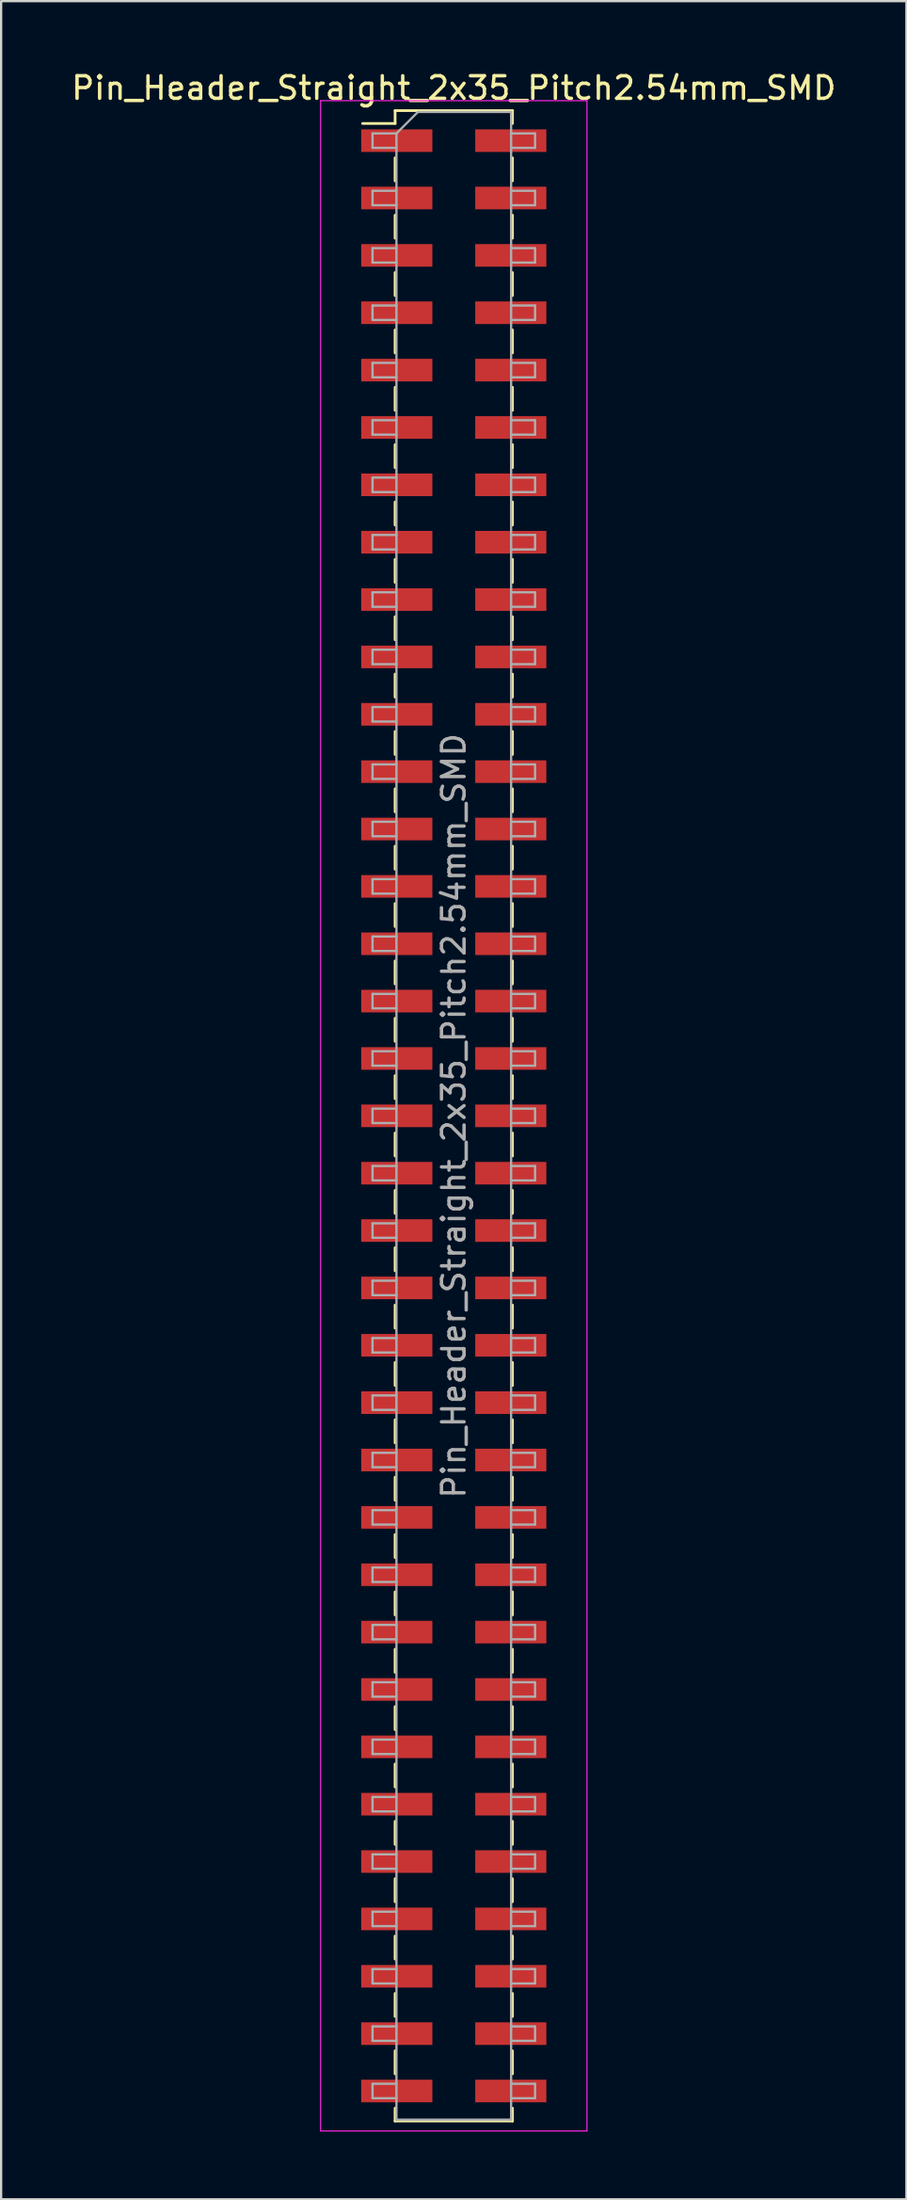
<source format=kicad_pcb>
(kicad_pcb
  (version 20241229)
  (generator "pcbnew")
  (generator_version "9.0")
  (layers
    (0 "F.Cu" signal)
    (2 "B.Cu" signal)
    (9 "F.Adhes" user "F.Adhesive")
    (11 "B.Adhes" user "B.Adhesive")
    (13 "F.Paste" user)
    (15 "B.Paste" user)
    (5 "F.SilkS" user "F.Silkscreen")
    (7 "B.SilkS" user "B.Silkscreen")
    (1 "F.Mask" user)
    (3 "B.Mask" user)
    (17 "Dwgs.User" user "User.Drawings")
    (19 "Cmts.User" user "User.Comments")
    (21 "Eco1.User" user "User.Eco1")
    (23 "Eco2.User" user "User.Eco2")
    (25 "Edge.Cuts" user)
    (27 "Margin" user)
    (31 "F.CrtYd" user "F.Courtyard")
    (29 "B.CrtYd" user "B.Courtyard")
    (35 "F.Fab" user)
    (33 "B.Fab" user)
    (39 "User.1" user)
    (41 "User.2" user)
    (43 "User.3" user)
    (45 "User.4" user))
  (footprint "Pin_Header_Straight_2x35_Pitch2.54mm_SMD"
    (layer "F.Cu")
    (at 17.054 46.358)
    (property "Reference" "Pin_Header_Straight_2x35_Pitch2.54mm_SMD" (at 0 -45.51 0) (layer "F.SilkS") (effects (font (size 1 1) (thickness 0.15))))
    (attr smd)
    (fp_line (start -4.04 -43.94) (end -2.6 -43.94) (stroke (width 0.12) (type solid)) (layer "F.SilkS"))
    (fp_line (start -2.6 -44.51) (end -2.6 -43.94) (stroke (width 0.12) (type solid)) (layer "F.SilkS"))
    (fp_line (start -2.6 -44.51) (end 2.6 -44.51) (stroke (width 0.12) (type solid)) (layer "F.SilkS"))
    (fp_line (start -2.6 -42.42) (end -2.6 -41.4) (stroke (width 0.12) (type solid)) (layer "F.SilkS"))
    (fp_line (start -2.6 -39.88) (end -2.6 -38.86) (stroke (width 0.12) (type solid)) (layer "F.SilkS"))
    (fp_line (start -2.6 -37.34) (end -2.6 -36.32) (stroke (width 0.12) (type solid)) (layer "F.SilkS"))
    (fp_line (start -2.6 -34.8) (end -2.6 -33.78) (stroke (width 0.12) (type solid)) (layer "F.SilkS"))
    (fp_line (start -2.6 -32.26) (end -2.6 -31.24) (stroke (width 0.12) (type solid)) (layer "F.SilkS"))
    (fp_line (start -2.6 -29.72) (end -2.6 -28.7) (stroke (width 0.12) (type solid)) (layer "F.SilkS"))
    (fp_line (start -2.6 -27.18) (end -2.6 -26.16) (stroke (width 0.12) (type solid)) (layer "F.SilkS"))
    (fp_line (start -2.6 -24.64) (end -2.6 -23.62) (stroke (width 0.12) (type solid)) (layer "F.SilkS"))
    (fp_line (start -2.6 -22.1) (end -2.6 -21.08) (stroke (width 0.12) (type solid)) (layer "F.SilkS"))
    (fp_line (start -2.6 -19.56) (end -2.6 -18.54) (stroke (width 0.12) (type solid)) (layer "F.SilkS"))
    (fp_line (start -2.6 -17.02) (end -2.6 -16) (stroke (width 0.12) (type solid)) (layer "F.SilkS"))
    (fp_line (start -2.6 -14.48) (end -2.6 -13.46) (stroke (width 0.12) (type solid)) (layer "F.SilkS"))
    (fp_line (start -2.6 -11.94) (end -2.6 -10.92) (stroke (width 0.12) (type solid)) (layer "F.SilkS"))
    (fp_line (start -2.6 -9.4) (end -2.6 -8.38) (stroke (width 0.12) (type solid)) (layer "F.SilkS"))
    (fp_line (start -2.6 -6.86) (end -2.6 -5.84) (stroke (width 0.12) (type solid)) (layer "F.SilkS"))
    (fp_line (start -2.6 -4.32) (end -2.6 -3.3) (stroke (width 0.12) (type solid)) (layer "F.SilkS"))
    (fp_line (start -2.6 -1.78) (end -2.6 -0.76) (stroke (width 0.12) (type solid)) (layer "F.SilkS"))
    (fp_line (start -2.6 0.76) (end -2.6 1.78) (stroke (width 0.12) (type solid)) (layer "F.SilkS"))
    (fp_line (start -2.6 3.3) (end -2.6 4.32) (stroke (width 0.12) (type solid)) (layer "F.SilkS"))
    (fp_line (start -2.6 5.84) (end -2.6 6.86) (stroke (width 0.12) (type solid)) (layer "F.SilkS"))
    (fp_line (start -2.6 8.38) (end -2.6 9.4) (stroke (width 0.12) (type solid)) (layer "F.SilkS"))
    (fp_line (start -2.6 10.92) (end -2.6 11.94) (stroke (width 0.12) (type solid)) (layer "F.SilkS"))
    (fp_line (start -2.6 13.46) (end -2.6 14.48) (stroke (width 0.12) (type solid)) (layer "F.SilkS"))
    (fp_line (start -2.6 16) (end -2.6 17.02) (stroke (width 0.12) (type solid)) (layer "F.SilkS"))
    (fp_line (start -2.6 18.54) (end -2.6 19.56) (stroke (width 0.12) (type solid)) (layer "F.SilkS"))
    (fp_line (start -2.6 21.08) (end -2.6 22.1) (stroke (width 0.12) (type solid)) (layer "F.SilkS"))
    (fp_line (start -2.6 23.62) (end -2.6 24.64) (stroke (width 0.12) (type solid)) (layer "F.SilkS"))
    (fp_line (start -2.6 26.16) (end -2.6 27.18) (stroke (width 0.12) (type solid)) (layer "F.SilkS"))
    (fp_line (start -2.6 28.7) (end -2.6 29.72) (stroke (width 0.12) (type solid)) (layer "F.SilkS"))
    (fp_line (start -2.6 31.24) (end -2.6 32.26) (stroke (width 0.12) (type solid)) (layer "F.SilkS"))
    (fp_line (start -2.6 33.78) (end -2.6 34.8) (stroke (width 0.12) (type solid)) (layer "F.SilkS"))
    (fp_line (start -2.6 36.32) (end -2.6 37.34) (stroke (width 0.12) (type solid)) (layer "F.SilkS"))
    (fp_line (start -2.6 38.86) (end -2.6 39.88) (stroke (width 0.12) (type solid)) (layer "F.SilkS"))
    (fp_line (start -2.6 41.4) (end -2.6 42.42) (stroke (width 0.12) (type solid)) (layer "F.SilkS"))
    (fp_line (start -2.6 43.94) (end -2.6 44.51) (stroke (width 0.12) (type solid)) (layer "F.SilkS"))
    (fp_line (start -2.6 44.51) (end 2.6 44.51) (stroke (width 0.12) (type solid)) (layer "F.SilkS"))
    (fp_line (start 2.6 -44.51) (end 2.6 -43.94) (stroke (width 0.12) (type solid)) (layer "F.SilkS"))
    (fp_line (start 2.6 -42.42) (end 2.6 -41.4) (stroke (width 0.12) (type solid)) (layer "F.SilkS"))
    (fp_line (start 2.6 -39.88) (end 2.6 -38.86) (stroke (width 0.12) (type solid)) (layer "F.SilkS"))
    (fp_line (start 2.6 -37.34) (end 2.6 -36.32) (stroke (width 0.12) (type solid)) (layer "F.SilkS"))
    (fp_line (start 2.6 -34.8) (end 2.6 -33.78) (stroke (width 0.12) (type solid)) (layer "F.SilkS"))
    (fp_line (start 2.6 -32.26) (end 2.6 -31.24) (stroke (width 0.12) (type solid)) (layer "F.SilkS"))
    (fp_line (start 2.6 -29.72) (end 2.6 -28.7) (stroke (width 0.12) (type solid)) (layer "F.SilkS"))
    (fp_line (start 2.6 -27.18) (end 2.6 -26.16) (stroke (width 0.12) (type solid)) (layer "F.SilkS"))
    (fp_line (start 2.6 -24.64) (end 2.6 -23.62) (stroke (width 0.12) (type solid)) (layer "F.SilkS"))
    (fp_line (start 2.6 -22.1) (end 2.6 -21.08) (stroke (width 0.12) (type solid)) (layer "F.SilkS"))
    (fp_line (start 2.6 -19.56) (end 2.6 -18.54) (stroke (width 0.12) (type solid)) (layer "F.SilkS"))
    (fp_line (start 2.6 -17.02) (end 2.6 -16) (stroke (width 0.12) (type solid)) (layer "F.SilkS"))
    (fp_line (start 2.6 -14.48) (end 2.6 -13.46) (stroke (width 0.12) (type solid)) (layer "F.SilkS"))
    (fp_line (start 2.6 -11.94) (end 2.6 -10.92) (stroke (width 0.12) (type solid)) (layer "F.SilkS"))
    (fp_line (start 2.6 -9.4) (end 2.6 -8.38) (stroke (width 0.12) (type solid)) (layer "F.SilkS"))
    (fp_line (start 2.6 -6.86) (end 2.6 -5.84) (stroke (width 0.12) (type solid)) (layer "F.SilkS"))
    (fp_line (start 2.6 -4.32) (end 2.6 -3.3) (stroke (width 0.12) (type solid)) (layer "F.SilkS"))
    (fp_line (start 2.6 -1.78) (end 2.6 -0.76) (stroke (width 0.12) (type solid)) (layer "F.SilkS"))
    (fp_line (start 2.6 0.76) (end 2.6 1.78) (stroke (width 0.12) (type solid)) (layer "F.SilkS"))
    (fp_line (start 2.6 3.3) (end 2.6 4.32) (stroke (width 0.12) (type solid)) (layer "F.SilkS"))
    (fp_line (start 2.6 5.84) (end 2.6 6.86) (stroke (width 0.12) (type solid)) (layer "F.SilkS"))
    (fp_line (start 2.6 8.38) (end 2.6 9.4) (stroke (width 0.12) (type solid)) (layer "F.SilkS"))
    (fp_line (start 2.6 10.92) (end 2.6 11.94) (stroke (width 0.12) (type solid)) (layer "F.SilkS"))
    (fp_line (start 2.6 13.46) (end 2.6 14.48) (stroke (width 0.12) (type solid)) (layer "F.SilkS"))
    (fp_line (start 2.6 16) (end 2.6 17.02) (stroke (width 0.12) (type solid)) (layer "F.SilkS"))
    (fp_line (start 2.6 18.54) (end 2.6 19.56) (stroke (width 0.12) (type solid)) (layer "F.SilkS"))
    (fp_line (start 2.6 21.08) (end 2.6 22.1) (stroke (width 0.12) (type solid)) (layer "F.SilkS"))
    (fp_line (start 2.6 23.62) (end 2.6 24.64) (stroke (width 0.12) (type solid)) (layer "F.SilkS"))
    (fp_line (start 2.6 26.16) (end 2.6 27.18) (stroke (width 0.12) (type solid)) (layer "F.SilkS"))
    (fp_line (start 2.6 28.7) (end 2.6 29.72) (stroke (width 0.12) (type solid)) (layer "F.SilkS"))
    (fp_line (start 2.6 31.24) (end 2.6 32.26) (stroke (width 0.12) (type solid)) (layer "F.SilkS"))
    (fp_line (start 2.6 33.78) (end 2.6 34.8) (stroke (width 0.12) (type solid)) (layer "F.SilkS"))
    (fp_line (start 2.6 36.32) (end 2.6 37.34) (stroke (width 0.12) (type solid)) (layer "F.SilkS"))
    (fp_line (start 2.6 38.86) (end 2.6 39.88) (stroke (width 0.12) (type solid)) (layer "F.SilkS"))
    (fp_line (start 2.6 41.4) (end 2.6 42.42) (stroke (width 0.12) (type solid)) (layer "F.SilkS"))
    (fp_line (start 2.6 43.94) (end 2.6 44.51) (stroke (width 0.12) (type solid)) (layer "F.SilkS"))
    (fp_line (start -5.9 -44.95) (end -5.9 44.95) (stroke (width 0.05) (type solid)) (layer "F.CrtYd"))
    (fp_line (start -5.9 44.95) (end 5.9 44.95) (stroke (width 0.05) (type solid)) (layer "F.CrtYd"))
    (fp_line (start 5.9 -44.95) (end -5.9 -44.95) (stroke (width 0.05) (type solid)) (layer "F.CrtYd"))
    (fp_line (start 5.9 44.95) (end 5.9 -44.95) (stroke (width 0.05) (type solid)) (layer "F.CrtYd"))
    (fp_line (start -3.6 -43.5) (end -3.6 -42.86) (stroke (width 0.1) (type solid)) (layer "F.Fab"))
    (fp_line (start -3.6 -42.86) (end -2.54 -42.86) (stroke (width 0.1) (type solid)) (layer "F.Fab"))
    (fp_line (start -3.6 -40.96) (end -3.6 -40.32) (stroke (width 0.1) (type solid)) (layer "F.Fab"))
    (fp_line (start -3.6 -40.32) (end -2.54 -40.32) (stroke (width 0.1) (type solid)) (layer "F.Fab"))
    (fp_line (start -3.6 -38.42) (end -3.6 -37.78) (stroke (width 0.1) (type solid)) (layer "F.Fab"))
    (fp_line (start -3.6 -37.78) (end -2.54 -37.78) (stroke (width 0.1) (type solid)) (layer "F.Fab"))
    (fp_line (start -3.6 -35.88) (end -3.6 -35.24) (stroke (width 0.1) (type solid)) (layer "F.Fab"))
    (fp_line (start -3.6 -35.24) (end -2.54 -35.24) (stroke (width 0.1) (type solid)) (layer "F.Fab"))
    (fp_line (start -3.6 -33.34) (end -3.6 -32.7) (stroke (width 0.1) (type solid)) (layer "F.Fab"))
    (fp_line (start -3.6 -32.7) (end -2.54 -32.7) (stroke (width 0.1) (type solid)) (layer "F.Fab"))
    (fp_line (start -3.6 -30.8) (end -3.6 -30.16) (stroke (width 0.1) (type solid)) (layer "F.Fab"))
    (fp_line (start -3.6 -30.16) (end -2.54 -30.16) (stroke (width 0.1) (type solid)) (layer "F.Fab"))
    (fp_line (start -3.6 -28.26) (end -3.6 -27.62) (stroke (width 0.1) (type solid)) (layer "F.Fab"))
    (fp_line (start -3.6 -27.62) (end -2.54 -27.62) (stroke (width 0.1) (type solid)) (layer "F.Fab"))
    (fp_line (start -3.6 -25.72) (end -3.6 -25.08) (stroke (width 0.1) (type solid)) (layer "F.Fab"))
    (fp_line (start -3.6 -25.08) (end -2.54 -25.08) (stroke (width 0.1) (type solid)) (layer "F.Fab"))
    (fp_line (start -3.6 -23.18) (end -3.6 -22.54) (stroke (width 0.1) (type solid)) (layer "F.Fab"))
    (fp_line (start -3.6 -22.54) (end -2.54 -22.54) (stroke (width 0.1) (type solid)) (layer "F.Fab"))
    (fp_line (start -3.6 -20.64) (end -3.6 -20) (stroke (width 0.1) (type solid)) (layer "F.Fab"))
    (fp_line (start -3.6 -20) (end -2.54 -20) (stroke (width 0.1) (type solid)) (layer "F.Fab"))
    (fp_line (start -3.6 -18.1) (end -3.6 -17.46) (stroke (width 0.1) (type solid)) (layer "F.Fab"))
    (fp_line (start -3.6 -17.46) (end -2.54 -17.46) (stroke (width 0.1) (type solid)) (layer "F.Fab"))
    (fp_line (start -3.6 -15.56) (end -3.6 -14.92) (stroke (width 0.1) (type solid)) (layer "F.Fab"))
    (fp_line (start -3.6 -14.92) (end -2.54 -14.92) (stroke (width 0.1) (type solid)) (layer "F.Fab"))
    (fp_line (start -3.6 -13.02) (end -3.6 -12.38) (stroke (width 0.1) (type solid)) (layer "F.Fab"))
    (fp_line (start -3.6 -12.38) (end -2.54 -12.38) (stroke (width 0.1) (type solid)) (layer "F.Fab"))
    (fp_line (start -3.6 -10.48) (end -3.6 -9.84) (stroke (width 0.1) (type solid)) (layer "F.Fab"))
    (fp_line (start -3.6 -9.84) (end -2.54 -9.84) (stroke (width 0.1) (type solid)) (layer "F.Fab"))
    (fp_line (start -3.6 -7.94) (end -3.6 -7.3) (stroke (width 0.1) (type solid)) (layer "F.Fab"))
    (fp_line (start -3.6 -7.3) (end -2.54 -7.3) (stroke (width 0.1) (type solid)) (layer "F.Fab"))
    (fp_line (start -3.6 -5.4) (end -3.6 -4.76) (stroke (width 0.1) (type solid)) (layer "F.Fab"))
    (fp_line (start -3.6 -4.76) (end -2.54 -4.76) (stroke (width 0.1) (type solid)) (layer "F.Fab"))
    (fp_line (start -3.6 -2.86) (end -3.6 -2.22) (stroke (width 0.1) (type solid)) (layer "F.Fab"))
    (fp_line (start -3.6 -2.22) (end -2.54 -2.22) (stroke (width 0.1) (type solid)) (layer "F.Fab"))
    (fp_line (start -3.6 -0.32) (end -3.6 0.32) (stroke (width 0.1) (type solid)) (layer "F.Fab"))
    (fp_line (start -3.6 0.32) (end -2.54 0.32) (stroke (width 0.1) (type solid)) (layer "F.Fab"))
    (fp_line (start -3.6 2.22) (end -3.6 2.86) (stroke (width 0.1) (type solid)) (layer "F.Fab"))
    (fp_line (start -3.6 2.86) (end -2.54 2.86) (stroke (width 0.1) (type solid)) (layer "F.Fab"))
    (fp_line (start -3.6 4.76) (end -3.6 5.4) (stroke (width 0.1) (type solid)) (layer "F.Fab"))
    (fp_line (start -3.6 5.4) (end -2.54 5.4) (stroke (width 0.1) (type solid)) (layer "F.Fab"))
    (fp_line (start -3.6 7.3) (end -3.6 7.94) (stroke (width 0.1) (type solid)) (layer "F.Fab"))
    (fp_line (start -3.6 7.94) (end -2.54 7.94) (stroke (width 0.1) (type solid)) (layer "F.Fab"))
    (fp_line (start -3.6 9.84) (end -3.6 10.48) (stroke (width 0.1) (type solid)) (layer "F.Fab"))
    (fp_line (start -3.6 10.48) (end -2.54 10.48) (stroke (width 0.1) (type solid)) (layer "F.Fab"))
    (fp_line (start -3.6 12.38) (end -3.6 13.02) (stroke (width 0.1) (type solid)) (layer "F.Fab"))
    (fp_line (start -3.6 13.02) (end -2.54 13.02) (stroke (width 0.1) (type solid)) (layer "F.Fab"))
    (fp_line (start -3.6 14.92) (end -3.6 15.56) (stroke (width 0.1) (type solid)) (layer "F.Fab"))
    (fp_line (start -3.6 15.56) (end -2.54 15.56) (stroke (width 0.1) (type solid)) (layer "F.Fab"))
    (fp_line (start -3.6 17.46) (end -3.6 18.1) (stroke (width 0.1) (type solid)) (layer "F.Fab"))
    (fp_line (start -3.6 18.1) (end -2.54 18.1) (stroke (width 0.1) (type solid)) (layer "F.Fab"))
    (fp_line (start -3.6 20) (end -3.6 20.64) (stroke (width 0.1) (type solid)) (layer "F.Fab"))
    (fp_line (start -3.6 20.64) (end -2.54 20.64) (stroke (width 0.1) (type solid)) (layer "F.Fab"))
    (fp_line (start -3.6 22.54) (end -3.6 23.18) (stroke (width 0.1) (type solid)) (layer "F.Fab"))
    (fp_line (start -3.6 23.18) (end -2.54 23.18) (stroke (width 0.1) (type solid)) (layer "F.Fab"))
    (fp_line (start -3.6 25.08) (end -3.6 25.72) (stroke (width 0.1) (type solid)) (layer "F.Fab"))
    (fp_line (start -3.6 25.72) (end -2.54 25.72) (stroke (width 0.1) (type solid)) (layer "F.Fab"))
    (fp_line (start -3.6 27.62) (end -3.6 28.26) (stroke (width 0.1) (type solid)) (layer "F.Fab"))
    (fp_line (start -3.6 28.26) (end -2.54 28.26) (stroke (width 0.1) (type solid)) (layer "F.Fab"))
    (fp_line (start -3.6 30.16) (end -3.6 30.8) (stroke (width 0.1) (type solid)) (layer "F.Fab"))
    (fp_line (start -3.6 30.8) (end -2.54 30.8) (stroke (width 0.1) (type solid)) (layer "F.Fab"))
    (fp_line (start -3.6 32.7) (end -3.6 33.34) (stroke (width 0.1) (type solid)) (layer "F.Fab"))
    (fp_line (start -3.6 33.34) (end -2.54 33.34) (stroke (width 0.1) (type solid)) (layer "F.Fab"))
    (fp_line (start -3.6 35.24) (end -3.6 35.88) (stroke (width 0.1) (type solid)) (layer "F.Fab"))
    (fp_line (start -3.6 35.88) (end -2.54 35.88) (stroke (width 0.1) (type solid)) (layer "F.Fab"))
    (fp_line (start -3.6 37.78) (end -3.6 38.42) (stroke (width 0.1) (type solid)) (layer "F.Fab"))
    (fp_line (start -3.6 38.42) (end -2.54 38.42) (stroke (width 0.1) (type solid)) (layer "F.Fab"))
    (fp_line (start -3.6 40.32) (end -3.6 40.96) (stroke (width 0.1) (type solid)) (layer "F.Fab"))
    (fp_line (start -3.6 40.96) (end -2.54 40.96) (stroke (width 0.1) (type solid)) (layer "F.Fab"))
    (fp_line (start -3.6 42.86) (end -3.6 43.5) (stroke (width 0.1) (type solid)) (layer "F.Fab"))
    (fp_line (start -3.6 43.5) (end -2.54 43.5) (stroke (width 0.1) (type solid)) (layer "F.Fab"))
    (fp_line (start -2.54 -43.5) (end -3.6 -43.5) (stroke (width 0.1) (type solid)) (layer "F.Fab"))
    (fp_line (start -2.54 -43.5) (end -1.59 -44.45) (stroke (width 0.1) (type solid)) (layer "F.Fab"))
    (fp_line (start -2.54 -40.96) (end -3.6 -40.96) (stroke (width 0.1) (type solid)) (layer "F.Fab"))
    (fp_line (start -2.54 -38.42) (end -3.6 -38.42) (stroke (width 0.1) (type solid)) (layer "F.Fab"))
    (fp_line (start -2.54 -35.88) (end -3.6 -35.88) (stroke (width 0.1) (type solid)) (layer "F.Fab"))
    (fp_line (start -2.54 -33.34) (end -3.6 -33.34) (stroke (width 0.1) (type solid)) (layer "F.Fab"))
    (fp_line (start -2.54 -30.8) (end -3.6 -30.8) (stroke (width 0.1) (type solid)) (layer "F.Fab"))
    (fp_line (start -2.54 -28.26) (end -3.6 -28.26) (stroke (width 0.1) (type solid)) (layer "F.Fab"))
    (fp_line (start -2.54 -25.72) (end -3.6 -25.72) (stroke (width 0.1) (type solid)) (layer "F.Fab"))
    (fp_line (start -2.54 -23.18) (end -3.6 -23.18) (stroke (width 0.1) (type solid)) (layer "F.Fab"))
    (fp_line (start -2.54 -20.64) (end -3.6 -20.64) (stroke (width 0.1) (type solid)) (layer "F.Fab"))
    (fp_line (start -2.54 -18.1) (end -3.6 -18.1) (stroke (width 0.1) (type solid)) (layer "F.Fab"))
    (fp_line (start -2.54 -15.56) (end -3.6 -15.56) (stroke (width 0.1) (type solid)) (layer "F.Fab"))
    (fp_line (start -2.54 -13.02) (end -3.6 -13.02) (stroke (width 0.1) (type solid)) (layer "F.Fab"))
    (fp_line (start -2.54 -10.48) (end -3.6 -10.48) (stroke (width 0.1) (type solid)) (layer "F.Fab"))
    (fp_line (start -2.54 -7.94) (end -3.6 -7.94) (stroke (width 0.1) (type solid)) (layer "F.Fab"))
    (fp_line (start -2.54 -5.4) (end -3.6 -5.4) (stroke (width 0.1) (type solid)) (layer "F.Fab"))
    (fp_line (start -2.54 -2.86) (end -3.6 -2.86) (stroke (width 0.1) (type solid)) (layer "F.Fab"))
    (fp_line (start -2.54 -0.32) (end -3.6 -0.32) (stroke (width 0.1) (type solid)) (layer "F.Fab"))
    (fp_line (start -2.54 2.22) (end -3.6 2.22) (stroke (width 0.1) (type solid)) (layer "F.Fab"))
    (fp_line (start -2.54 4.76) (end -3.6 4.76) (stroke (width 0.1) (type solid)) (layer "F.Fab"))
    (fp_line (start -2.54 7.3) (end -3.6 7.3) (stroke (width 0.1) (type solid)) (layer "F.Fab"))
    (fp_line (start -2.54 9.84) (end -3.6 9.84) (stroke (width 0.1) (type solid)) (layer "F.Fab"))
    (fp_line (start -2.54 12.38) (end -3.6 12.38) (stroke (width 0.1) (type solid)) (layer "F.Fab"))
    (fp_line (start -2.54 14.92) (end -3.6 14.92) (stroke (width 0.1) (type solid)) (layer "F.Fab"))
    (fp_line (start -2.54 17.46) (end -3.6 17.46) (stroke (width 0.1) (type solid)) (layer "F.Fab"))
    (fp_line (start -2.54 20) (end -3.6 20) (stroke (width 0.1) (type solid)) (layer "F.Fab"))
    (fp_line (start -2.54 22.54) (end -3.6 22.54) (stroke (width 0.1) (type solid)) (layer "F.Fab"))
    (fp_line (start -2.54 25.08) (end -3.6 25.08) (stroke (width 0.1) (type solid)) (layer "F.Fab"))
    (fp_line (start -2.54 27.62) (end -3.6 27.62) (stroke (width 0.1) (type solid)) (layer "F.Fab"))
    (fp_line (start -2.54 30.16) (end -3.6 30.16) (stroke (width 0.1) (type solid)) (layer "F.Fab"))
    (fp_line (start -2.54 32.7) (end -3.6 32.7) (stroke (width 0.1) (type solid)) (layer "F.Fab"))
    (fp_line (start -2.54 35.24) (end -3.6 35.24) (stroke (width 0.1) (type solid)) (layer "F.Fab"))
    (fp_line (start -2.54 37.78) (end -3.6 37.78) (stroke (width 0.1) (type solid)) (layer "F.Fab"))
    (fp_line (start -2.54 40.32) (end -3.6 40.32) (stroke (width 0.1) (type solid)) (layer "F.Fab"))
    (fp_line (start -2.54 42.86) (end -3.6 42.86) (stroke (width 0.1) (type solid)) (layer "F.Fab"))
    (fp_line (start -2.54 44.45) (end -2.54 -43.5) (stroke (width 0.1) (type solid)) (layer "F.Fab"))
    (fp_line (start -1.59 -44.45) (end 2.54 -44.45) (stroke (width 0.1) (type solid)) (layer "F.Fab"))
    (fp_line (start 2.54 -44.45) (end 2.54 44.45) (stroke (width 0.1) (type solid)) (layer "F.Fab"))
    (fp_line (start 2.54 -43.5) (end 3.6 -43.5) (stroke (width 0.1) (type solid)) (layer "F.Fab"))
    (fp_line (start 2.54 -40.96) (end 3.6 -40.96) (stroke (width 0.1) (type solid)) (layer "F.Fab"))
    (fp_line (start 2.54 -38.42) (end 3.6 -38.42) (stroke (width 0.1) (type solid)) (layer "F.Fab"))
    (fp_line (start 2.54 -35.88) (end 3.6 -35.88) (stroke (width 0.1) (type solid)) (layer "F.Fab"))
    (fp_line (start 2.54 -33.34) (end 3.6 -33.34) (stroke (width 0.1) (type solid)) (layer "F.Fab"))
    (fp_line (start 2.54 -30.8) (end 3.6 -30.8) (stroke (width 0.1) (type solid)) (layer "F.Fab"))
    (fp_line (start 2.54 -28.26) (end 3.6 -28.26) (stroke (width 0.1) (type solid)) (layer "F.Fab"))
    (fp_line (start 2.54 -25.72) (end 3.6 -25.72) (stroke (width 0.1) (type solid)) (layer "F.Fab"))
    (fp_line (start 2.54 -23.18) (end 3.6 -23.18) (stroke (width 0.1) (type solid)) (layer "F.Fab"))
    (fp_line (start 2.54 -20.64) (end 3.6 -20.64) (stroke (width 0.1) (type solid)) (layer "F.Fab"))
    (fp_line (start 2.54 -18.1) (end 3.6 -18.1) (stroke (width 0.1) (type solid)) (layer "F.Fab"))
    (fp_line (start 2.54 -15.56) (end 3.6 -15.56) (stroke (width 0.1) (type solid)) (layer "F.Fab"))
    (fp_line (start 2.54 -13.02) (end 3.6 -13.02) (stroke (width 0.1) (type solid)) (layer "F.Fab"))
    (fp_line (start 2.54 -10.48) (end 3.6 -10.48) (stroke (width 0.1) (type solid)) (layer "F.Fab"))
    (fp_line (start 2.54 -7.94) (end 3.6 -7.94) (stroke (width 0.1) (type solid)) (layer "F.Fab"))
    (fp_line (start 2.54 -5.4) (end 3.6 -5.4) (stroke (width 0.1) (type solid)) (layer "F.Fab"))
    (fp_line (start 2.54 -2.86) (end 3.6 -2.86) (stroke (width 0.1) (type solid)) (layer "F.Fab"))
    (fp_line (start 2.54 -0.32) (end 3.6 -0.32) (stroke (width 0.1) (type solid)) (layer "F.Fab"))
    (fp_line (start 2.54 2.22) (end 3.6 2.22) (stroke (width 0.1) (type solid)) (layer "F.Fab"))
    (fp_line (start 2.54 4.76) (end 3.6 4.76) (stroke (width 0.1) (type solid)) (layer "F.Fab"))
    (fp_line (start 2.54 7.3) (end 3.6 7.3) (stroke (width 0.1) (type solid)) (layer "F.Fab"))
    (fp_line (start 2.54 9.84) (end 3.6 9.84) (stroke (width 0.1) (type solid)) (layer "F.Fab"))
    (fp_line (start 2.54 12.38) (end 3.6 12.38) (stroke (width 0.1) (type solid)) (layer "F.Fab"))
    (fp_line (start 2.54 14.92) (end 3.6 14.92) (stroke (width 0.1) (type solid)) (layer "F.Fab"))
    (fp_line (start 2.54 17.46) (end 3.6 17.46) (stroke (width 0.1) (type solid)) (layer "F.Fab"))
    (fp_line (start 2.54 20) (end 3.6 20) (stroke (width 0.1) (type solid)) (layer "F.Fab"))
    (fp_line (start 2.54 22.54) (end 3.6 22.54) (stroke (width 0.1) (type solid)) (layer "F.Fab"))
    (fp_line (start 2.54 25.08) (end 3.6 25.08) (stroke (width 0.1) (type solid)) (layer "F.Fab"))
    (fp_line (start 2.54 27.62) (end 3.6 27.62) (stroke (width 0.1) (type solid)) (layer "F.Fab"))
    (fp_line (start 2.54 30.16) (end 3.6 30.16) (stroke (width 0.1) (type solid)) (layer "F.Fab"))
    (fp_line (start 2.54 32.7) (end 3.6 32.7) (stroke (width 0.1) (type solid)) (layer "F.Fab"))
    (fp_line (start 2.54 35.24) (end 3.6 35.24) (stroke (width 0.1) (type solid)) (layer "F.Fab"))
    (fp_line (start 2.54 37.78) (end 3.6 37.78) (stroke (width 0.1) (type solid)) (layer "F.Fab"))
    (fp_line (start 2.54 40.32) (end 3.6 40.32) (stroke (width 0.1) (type solid)) (layer "F.Fab"))
    (fp_line (start 2.54 42.86) (end 3.6 42.86) (stroke (width 0.1) (type solid)) (layer "F.Fab"))
    (fp_line (start 2.54 44.45) (end -2.54 44.45) (stroke (width 0.1) (type solid)) (layer "F.Fab"))
    (fp_line (start 3.6 -43.5) (end 3.6 -42.86) (stroke (width 0.1) (type solid)) (layer "F.Fab"))
    (fp_line (start 3.6 -42.86) (end 2.54 -42.86) (stroke (width 0.1) (type solid)) (layer "F.Fab"))
    (fp_line (start 3.6 -40.96) (end 3.6 -40.32) (stroke (width 0.1) (type solid)) (layer "F.Fab"))
    (fp_line (start 3.6 -40.32) (end 2.54 -40.32) (stroke (width 0.1) (type solid)) (layer "F.Fab"))
    (fp_line (start 3.6 -38.42) (end 3.6 -37.78) (stroke (width 0.1) (type solid)) (layer "F.Fab"))
    (fp_line (start 3.6 -37.78) (end 2.54 -37.78) (stroke (width 0.1) (type solid)) (layer "F.Fab"))
    (fp_line (start 3.6 -35.88) (end 3.6 -35.24) (stroke (width 0.1) (type solid)) (layer "F.Fab"))
    (fp_line (start 3.6 -35.24) (end 2.54 -35.24) (stroke (width 0.1) (type solid)) (layer "F.Fab"))
    (fp_line (start 3.6 -33.34) (end 3.6 -32.7) (stroke (width 0.1) (type solid)) (layer "F.Fab"))
    (fp_line (start 3.6 -32.7) (end 2.54 -32.7) (stroke (width 0.1) (type solid)) (layer "F.Fab"))
    (fp_line (start 3.6 -30.8) (end 3.6 -30.16) (stroke (width 0.1) (type solid)) (layer "F.Fab"))
    (fp_line (start 3.6 -30.16) (end 2.54 -30.16) (stroke (width 0.1) (type solid)) (layer "F.Fab"))
    (fp_line (start 3.6 -28.26) (end 3.6 -27.62) (stroke (width 0.1) (type solid)) (layer "F.Fab"))
    (fp_line (start 3.6 -27.62) (end 2.54 -27.62) (stroke (width 0.1) (type solid)) (layer "F.Fab"))
    (fp_line (start 3.6 -25.72) (end 3.6 -25.08) (stroke (width 0.1) (type solid)) (layer "F.Fab"))
    (fp_line (start 3.6 -25.08) (end 2.54 -25.08) (stroke (width 0.1) (type solid)) (layer "F.Fab"))
    (fp_line (start 3.6 -23.18) (end 3.6 -22.54) (stroke (width 0.1) (type solid)) (layer "F.Fab"))
    (fp_line (start 3.6 -22.54) (end 2.54 -22.54) (stroke (width 0.1) (type solid)) (layer "F.Fab"))
    (fp_line (start 3.6 -20.64) (end 3.6 -20) (stroke (width 0.1) (type solid)) (layer "F.Fab"))
    (fp_line (start 3.6 -20) (end 2.54 -20) (stroke (width 0.1) (type solid)) (layer "F.Fab"))
    (fp_line (start 3.6 -18.1) (end 3.6 -17.46) (stroke (width 0.1) (type solid)) (layer "F.Fab"))
    (fp_line (start 3.6 -17.46) (end 2.54 -17.46) (stroke (width 0.1) (type solid)) (layer "F.Fab"))
    (fp_line (start 3.6 -15.56) (end 3.6 -14.92) (stroke (width 0.1) (type solid)) (layer "F.Fab"))
    (fp_line (start 3.6 -14.92) (end 2.54 -14.92) (stroke (width 0.1) (type solid)) (layer "F.Fab"))
    (fp_line (start 3.6 -13.02) (end 3.6 -12.38) (stroke (width 0.1) (type solid)) (layer "F.Fab"))
    (fp_line (start 3.6 -12.38) (end 2.54 -12.38) (stroke (width 0.1) (type solid)) (layer "F.Fab"))
    (fp_line (start 3.6 -10.48) (end 3.6 -9.84) (stroke (width 0.1) (type solid)) (layer "F.Fab"))
    (fp_line (start 3.6 -9.84) (end 2.54 -9.84) (stroke (width 0.1) (type solid)) (layer "F.Fab"))
    (fp_line (start 3.6 -7.94) (end 3.6 -7.3) (stroke (width 0.1) (type solid)) (layer "F.Fab"))
    (fp_line (start 3.6 -7.3) (end 2.54 -7.3) (stroke (width 0.1) (type solid)) (layer "F.Fab"))
    (fp_line (start 3.6 -5.4) (end 3.6 -4.76) (stroke (width 0.1) (type solid)) (layer "F.Fab"))
    (fp_line (start 3.6 -4.76) (end 2.54 -4.76) (stroke (width 0.1) (type solid)) (layer "F.Fab"))
    (fp_line (start 3.6 -2.86) (end 3.6 -2.22) (stroke (width 0.1) (type solid)) (layer "F.Fab"))
    (fp_line (start 3.6 -2.22) (end 2.54 -2.22) (stroke (width 0.1) (type solid)) (layer "F.Fab"))
    (fp_line (start 3.6 -0.32) (end 3.6 0.32) (stroke (width 0.1) (type solid)) (layer "F.Fab"))
    (fp_line (start 3.6 0.32) (end 2.54 0.32) (stroke (width 0.1) (type solid)) (layer "F.Fab"))
    (fp_line (start 3.6 2.22) (end 3.6 2.86) (stroke (width 0.1) (type solid)) (layer "F.Fab"))
    (fp_line (start 3.6 2.86) (end 2.54 2.86) (stroke (width 0.1) (type solid)) (layer "F.Fab"))
    (fp_line (start 3.6 4.76) (end 3.6 5.4) (stroke (width 0.1) (type solid)) (layer "F.Fab"))
    (fp_line (start 3.6 5.4) (end 2.54 5.4) (stroke (width 0.1) (type solid)) (layer "F.Fab"))
    (fp_line (start 3.6 7.3) (end 3.6 7.94) (stroke (width 0.1) (type solid)) (layer "F.Fab"))
    (fp_line (start 3.6 7.94) (end 2.54 7.94) (stroke (width 0.1) (type solid)) (layer "F.Fab"))
    (fp_line (start 3.6 9.84) (end 3.6 10.48) (stroke (width 0.1) (type solid)) (layer "F.Fab"))
    (fp_line (start 3.6 10.48) (end 2.54 10.48) (stroke (width 0.1) (type solid)) (layer "F.Fab"))
    (fp_line (start 3.6 12.38) (end 3.6 13.02) (stroke (width 0.1) (type solid)) (layer "F.Fab"))
    (fp_line (start 3.6 13.02) (end 2.54 13.02) (stroke (width 0.1) (type solid)) (layer "F.Fab"))
    (fp_line (start 3.6 14.92) (end 3.6 15.56) (stroke (width 0.1) (type solid)) (layer "F.Fab"))
    (fp_line (start 3.6 15.56) (end 2.54 15.56) (stroke (width 0.1) (type solid)) (layer "F.Fab"))
    (fp_line (start 3.6 17.46) (end 3.6 18.1) (stroke (width 0.1) (type solid)) (layer "F.Fab"))
    (fp_line (start 3.6 18.1) (end 2.54 18.1) (stroke (width 0.1) (type solid)) (layer "F.Fab"))
    (fp_line (start 3.6 20) (end 3.6 20.64) (stroke (width 0.1) (type solid)) (layer "F.Fab"))
    (fp_line (start 3.6 20.64) (end 2.54 20.64) (stroke (width 0.1) (type solid)) (layer "F.Fab"))
    (fp_line (start 3.6 22.54) (end 3.6 23.18) (stroke (width 0.1) (type solid)) (layer "F.Fab"))
    (fp_line (start 3.6 23.18) (end 2.54 23.18) (stroke (width 0.1) (type solid)) (layer "F.Fab"))
    (fp_line (start 3.6 25.08) (end 3.6 25.72) (stroke (width 0.1) (type solid)) (layer "F.Fab"))
    (fp_line (start 3.6 25.72) (end 2.54 25.72) (stroke (width 0.1) (type solid)) (layer "F.Fab"))
    (fp_line (start 3.6 27.62) (end 3.6 28.26) (stroke (width 0.1) (type solid)) (layer "F.Fab"))
    (fp_line (start 3.6 28.26) (end 2.54 28.26) (stroke (width 0.1) (type solid)) (layer "F.Fab"))
    (fp_line (start 3.6 30.16) (end 3.6 30.8) (stroke (width 0.1) (type solid)) (layer "F.Fab"))
    (fp_line (start 3.6 30.8) (end 2.54 30.8) (stroke (width 0.1) (type solid)) (layer "F.Fab"))
    (fp_line (start 3.6 32.7) (end 3.6 33.34) (stroke (width 0.1) (type solid)) (layer "F.Fab"))
    (fp_line (start 3.6 33.34) (end 2.54 33.34) (stroke (width 0.1) (type solid)) (layer "F.Fab"))
    (fp_line (start 3.6 35.24) (end 3.6 35.88) (stroke (width 0.1) (type solid)) (layer "F.Fab"))
    (fp_line (start 3.6 35.88) (end 2.54 35.88) (stroke (width 0.1) (type solid)) (layer "F.Fab"))
    (fp_line (start 3.6 37.78) (end 3.6 38.42) (stroke (width 0.1) (type solid)) (layer "F.Fab"))
    (fp_line (start 3.6 38.42) (end 2.54 38.42) (stroke (width 0.1) (type solid)) (layer "F.Fab"))
    (fp_line (start 3.6 40.32) (end 3.6 40.96) (stroke (width 0.1) (type solid)) (layer "F.Fab"))
    (fp_line (start 3.6 40.96) (end 2.54 40.96) (stroke (width 0.1) (type solid)) (layer "F.Fab"))
    (fp_line (start 3.6 42.86) (end 3.6 43.5) (stroke (width 0.1) (type solid)) (layer "F.Fab"))
    (fp_line (start 3.6 43.5) (end 2.54 43.5) (stroke (width 0.1) (type solid)) (layer "F.Fab"))
    (fp_text user "${REFERENCE}" (at 0 0 90) (layer "F.Fab") (effects (font (size 1 1) (thickness 0.15))))
    (pad "1" smd rect (at -2.525 -43.18) (size 3.15 1) (layers "F.Cu" "F.Mask" "F.Paste"))
    (pad "2" smd rect (at 2.525 -43.18) (size 3.15 1) (layers "F.Cu" "F.Mask" "F.Paste"))
    (pad "3" smd rect (at -2.525 -40.64) (size 3.15 1) (layers "F.Cu" "F.Mask" "F.Paste"))
    (pad "4" smd rect (at 2.525 -40.64) (size 3.15 1) (layers "F.Cu" "F.Mask" "F.Paste"))
    (pad "5" smd rect (at -2.525 -38.1) (size 3.15 1) (layers "F.Cu" "F.Mask" "F.Paste"))
    (pad "6" smd rect (at 2.525 -38.1) (size 3.15 1) (layers "F.Cu" "F.Mask" "F.Paste"))
    (pad "7" smd rect (at -2.525 -35.56) (size 3.15 1) (layers "F.Cu" "F.Mask" "F.Paste"))
    (pad "8" smd rect (at 2.525 -35.56) (size 3.15 1) (layers "F.Cu" "F.Mask" "F.Paste"))
    (pad "9" smd rect (at -2.525 -33.02) (size 3.15 1) (layers "F.Cu" "F.Mask" "F.Paste"))
    (pad "10" smd rect (at 2.525 -33.02) (size 3.15 1) (layers "F.Cu" "F.Mask" "F.Paste"))
    (pad "11" smd rect (at -2.525 -30.48) (size 3.15 1) (layers "F.Cu" "F.Mask" "F.Paste"))
    (pad "12" smd rect (at 2.525 -30.48) (size 3.15 1) (layers "F.Cu" "F.Mask" "F.Paste"))
    (pad "13" smd rect (at -2.525 -27.94) (size 3.15 1) (layers "F.Cu" "F.Mask" "F.Paste"))
    (pad "14" smd rect (at 2.525 -27.94) (size 3.15 1) (layers "F.Cu" "F.Mask" "F.Paste"))
    (pad "15" smd rect (at -2.525 -25.4) (size 3.15 1) (layers "F.Cu" "F.Mask" "F.Paste"))
    (pad "16" smd rect (at 2.525 -25.4) (size 3.15 1) (layers "F.Cu" "F.Mask" "F.Paste"))
    (pad "17" smd rect (at -2.525 -22.86) (size 3.15 1) (layers "F.Cu" "F.Mask" "F.Paste"))
    (pad "18" smd rect (at 2.525 -22.86) (size 3.15 1) (layers "F.Cu" "F.Mask" "F.Paste"))
    (pad "19" smd rect (at -2.525 -20.32) (size 3.15 1) (layers "F.Cu" "F.Mask" "F.Paste"))
    (pad "20" smd rect (at 2.525 -20.32) (size 3.15 1) (layers "F.Cu" "F.Mask" "F.Paste"))
    (pad "21" smd rect (at -2.525 -17.78) (size 3.15 1) (layers "F.Cu" "F.Mask" "F.Paste"))
    (pad "22" smd rect (at 2.525 -17.78) (size 3.15 1) (layers "F.Cu" "F.Mask" "F.Paste"))
    (pad "23" smd rect (at -2.525 -15.24) (size 3.15 1) (layers "F.Cu" "F.Mask" "F.Paste"))
    (pad "24" smd rect (at 2.525 -15.24) (size 3.15 1) (layers "F.Cu" "F.Mask" "F.Paste"))
    (pad "25" smd rect (at -2.525 -12.7) (size 3.15 1) (layers "F.Cu" "F.Mask" "F.Paste"))
    (pad "26" smd rect (at 2.525 -12.7) (size 3.15 1) (layers "F.Cu" "F.Mask" "F.Paste"))
    (pad "27" smd rect (at -2.525 -10.16) (size 3.15 1) (layers "F.Cu" "F.Mask" "F.Paste"))
    (pad "28" smd rect (at 2.525 -10.16) (size 3.15 1) (layers "F.Cu" "F.Mask" "F.Paste"))
    (pad "29" smd rect (at -2.525 -7.62) (size 3.15 1) (layers "F.Cu" "F.Mask" "F.Paste"))
    (pad "30" smd rect (at 2.525 -7.62) (size 3.15 1) (layers "F.Cu" "F.Mask" "F.Paste"))
    (pad "31" smd rect (at -2.525 -5.08) (size 3.15 1) (layers "F.Cu" "F.Mask" "F.Paste"))
    (pad "32" smd rect (at 2.525 -5.08) (size 3.15 1) (layers "F.Cu" "F.Mask" "F.Paste"))
    (pad "33" smd rect (at -2.525 -2.54) (size 3.15 1) (layers "F.Cu" "F.Mask" "F.Paste"))
    (pad "34" smd rect (at 2.525 -2.54) (size 3.15 1) (layers "F.Cu" "F.Mask" "F.Paste"))
    (pad "35" smd rect (at -2.525 0) (size 3.15 1) (layers "F.Cu" "F.Mask" "F.Paste"))
    (pad "36" smd rect (at 2.525 0) (size 3.15 1) (layers "F.Cu" "F.Mask" "F.Paste"))
    (pad "37" smd rect (at -2.525 2.54) (size 3.15 1) (layers "F.Cu" "F.Mask" "F.Paste"))
    (pad "38" smd rect (at 2.525 2.54) (size 3.15 1) (layers "F.Cu" "F.Mask" "F.Paste"))
    (pad "39" smd rect (at -2.525 5.08) (size 3.15 1) (layers "F.Cu" "F.Mask" "F.Paste"))
    (pad "40" smd rect (at 2.525 5.08) (size 3.15 1) (layers "F.Cu" "F.Mask" "F.Paste"))
    (pad "41" smd rect (at -2.525 7.62) (size 3.15 1) (layers "F.Cu" "F.Mask" "F.Paste"))
    (pad "42" smd rect (at 2.525 7.62) (size 3.15 1) (layers "F.Cu" "F.Mask" "F.Paste"))
    (pad "43" smd rect (at -2.525 10.16) (size 3.15 1) (layers "F.Cu" "F.Mask" "F.Paste"))
    (pad "44" smd rect (at 2.525 10.16) (size 3.15 1) (layers "F.Cu" "F.Mask" "F.Paste"))
    (pad "45" smd rect (at -2.525 12.7) (size 3.15 1) (layers "F.Cu" "F.Mask" "F.Paste"))
    (pad "46" smd rect (at 2.525 12.7) (size 3.15 1) (layers "F.Cu" "F.Mask" "F.Paste"))
    (pad "47" smd rect (at -2.525 15.24) (size 3.15 1) (layers "F.Cu" "F.Mask" "F.Paste"))
    (pad "48" smd rect (at 2.525 15.24) (size 3.15 1) (layers "F.Cu" "F.Mask" "F.Paste"))
    (pad "49" smd rect (at -2.525 17.78) (size 3.15 1) (layers "F.Cu" "F.Mask" "F.Paste"))
    (pad "50" smd rect (at 2.525 17.78) (size 3.15 1) (layers "F.Cu" "F.Mask" "F.Paste"))
    (pad "51" smd rect (at -2.525 20.32) (size 3.15 1) (layers "F.Cu" "F.Mask" "F.Paste"))
    (pad "52" smd rect (at 2.525 20.32) (size 3.15 1) (layers "F.Cu" "F.Mask" "F.Paste"))
    (pad "53" smd rect (at -2.525 22.86) (size 3.15 1) (layers "F.Cu" "F.Mask" "F.Paste"))
    (pad "54" smd rect (at 2.525 22.86) (size 3.15 1) (layers "F.Cu" "F.Mask" "F.Paste"))
    (pad "55" smd rect (at -2.525 25.4) (size 3.15 1) (layers "F.Cu" "F.Mask" "F.Paste"))
    (pad "56" smd rect (at 2.525 25.4) (size 3.15 1) (layers "F.Cu" "F.Mask" "F.Paste"))
    (pad "57" smd rect (at -2.525 27.94) (size 3.15 1) (layers "F.Cu" "F.Mask" "F.Paste"))
    (pad "58" smd rect (at 2.525 27.94) (size 3.15 1) (layers "F.Cu" "F.Mask" "F.Paste"))
    (pad "59" smd rect (at -2.525 30.48) (size 3.15 1) (layers "F.Cu" "F.Mask" "F.Paste"))
    (pad "60" smd rect (at 2.525 30.48) (size 3.15 1) (layers "F.Cu" "F.Mask" "F.Paste"))
    (pad "61" smd rect (at -2.525 33.02) (size 3.15 1) (layers "F.Cu" "F.Mask" "F.Paste"))
    (pad "62" smd rect (at 2.525 33.02) (size 3.15 1) (layers "F.Cu" "F.Mask" "F.Paste"))
    (pad "63" smd rect (at -2.525 35.56) (size 3.15 1) (layers "F.Cu" "F.Mask" "F.Paste"))
    (pad "64" smd rect (at 2.525 35.56) (size 3.15 1) (layers "F.Cu" "F.Mask" "F.Paste"))
    (pad "65" smd rect (at -2.525 38.1) (size 3.15 1) (layers "F.Cu" "F.Mask" "F.Paste"))
    (pad "66" smd rect (at 2.525 38.1) (size 3.15 1) (layers "F.Cu" "F.Mask" "F.Paste"))
    (pad "67" smd rect (at -2.525 40.64) (size 3.15 1) (layers "F.Cu" "F.Mask" "F.Paste"))
    (pad "68" smd rect (at 2.525 40.64) (size 3.15 1) (layers "F.Cu" "F.Mask" "F.Paste"))
    (pad "69" smd rect (at -2.525 43.18) (size 3.15 1) (layers "F.Cu" "F.Mask" "F.Paste"))
    (pad "70" smd rect (at 2.525 43.18) (size 3.15 1) (layers "F.Cu" "F.Mask" "F.Paste")))
  (gr_rect
    (start -3 -3)
    (end 37.107 94.333)
    (stroke (width 0.1) (type default))
    (fill no)
    (layer "Edge.Cuts")))
</source>
